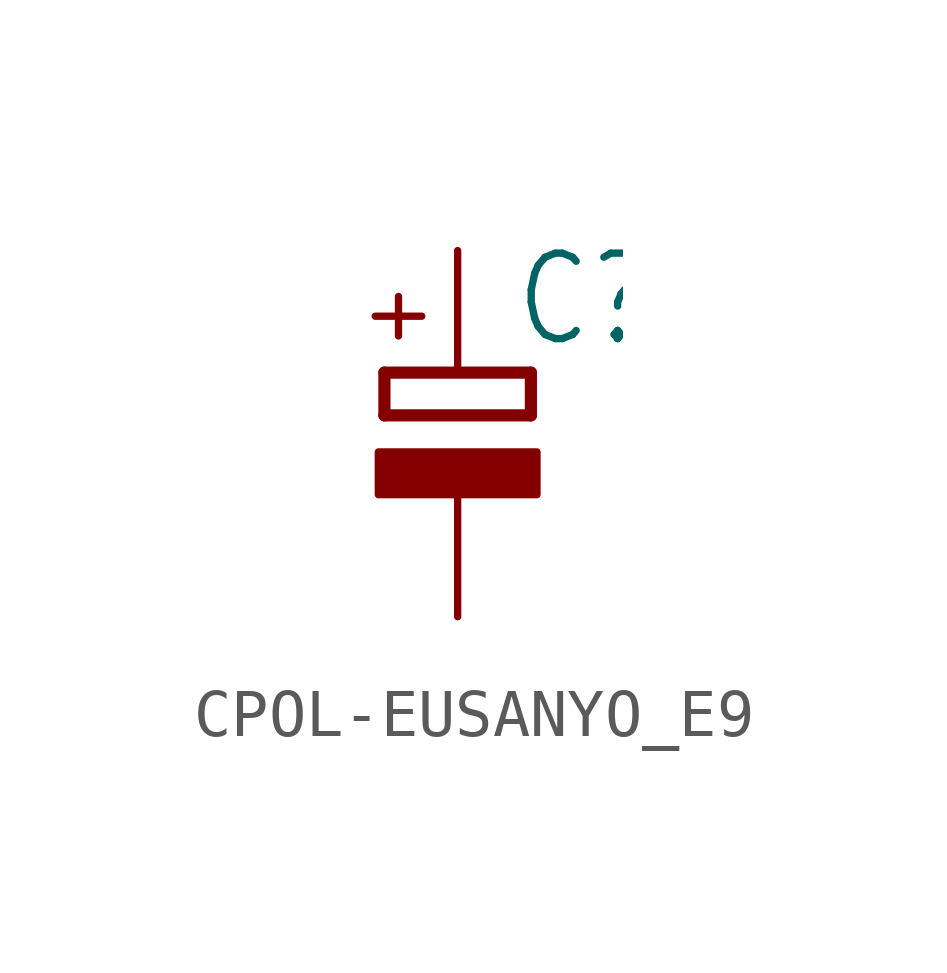
<source format=kicad_sym>
(kicad_symbol_lib
  (version 20231120)
  (generator "kicad_symbol_editor")
  (generator_version "8.0")
  (symbol "CPOL-EUSANYO_E9"
    (property "Reference" "C"
      (at 1.143 0.483 0)
      (effects (font (size 1.778 1.511)) (justify left bottom)))
    (property "Value" ""
      (at 1.143 -4.597 0)
      (effects (font (size 1.778 1.511)) (justify left bottom)))
    (property "ki_locked" ""
      (at 0 0 0)
      (effects (font (size 1.27 1.27))))
    (symbol "CPOL-EUSANYO_E9_1_0"
      (rectangle (start -1.651 -2.54) (end 1.651 -1.651) (stroke (width 0) (type default)) (fill (type outline)))
      (polyline (pts (xy -1.524 -0.889) (xy 1.524 -0.889)) (stroke (width 0.254) (type solid)) (fill (type none)))
      (polyline (pts (xy -1.524 0) (xy -1.524 -0.889)) (stroke (width 0.254) (type solid)) (fill (type none)))
      (polyline (pts (xy -1.524 0) (xy 1.524 0)) (stroke (width 0.254) (type solid)) (fill (type none)))
      (polyline (pts (xy 1.524 -0.889) (xy 1.524 0)) (stroke (width 0.254) (type solid)) (fill (type none)))
      (text "+" (at -0.584 0.406 900) (effects (font (size 1.27 1.079)) (justify left bottom)))
      (pin passive line (at 0 2.54 270) (length 2.54) (name "+" (effects (font (size 0 0)))) (number "+" (effects (font (size 0 0)))))
      (pin passive line (at 0 -5.08 90) (length 2.54) (name "-" (effects (font (size 0 0)))) (number "-" (effects (font (size 0 0))))))))
</source>
